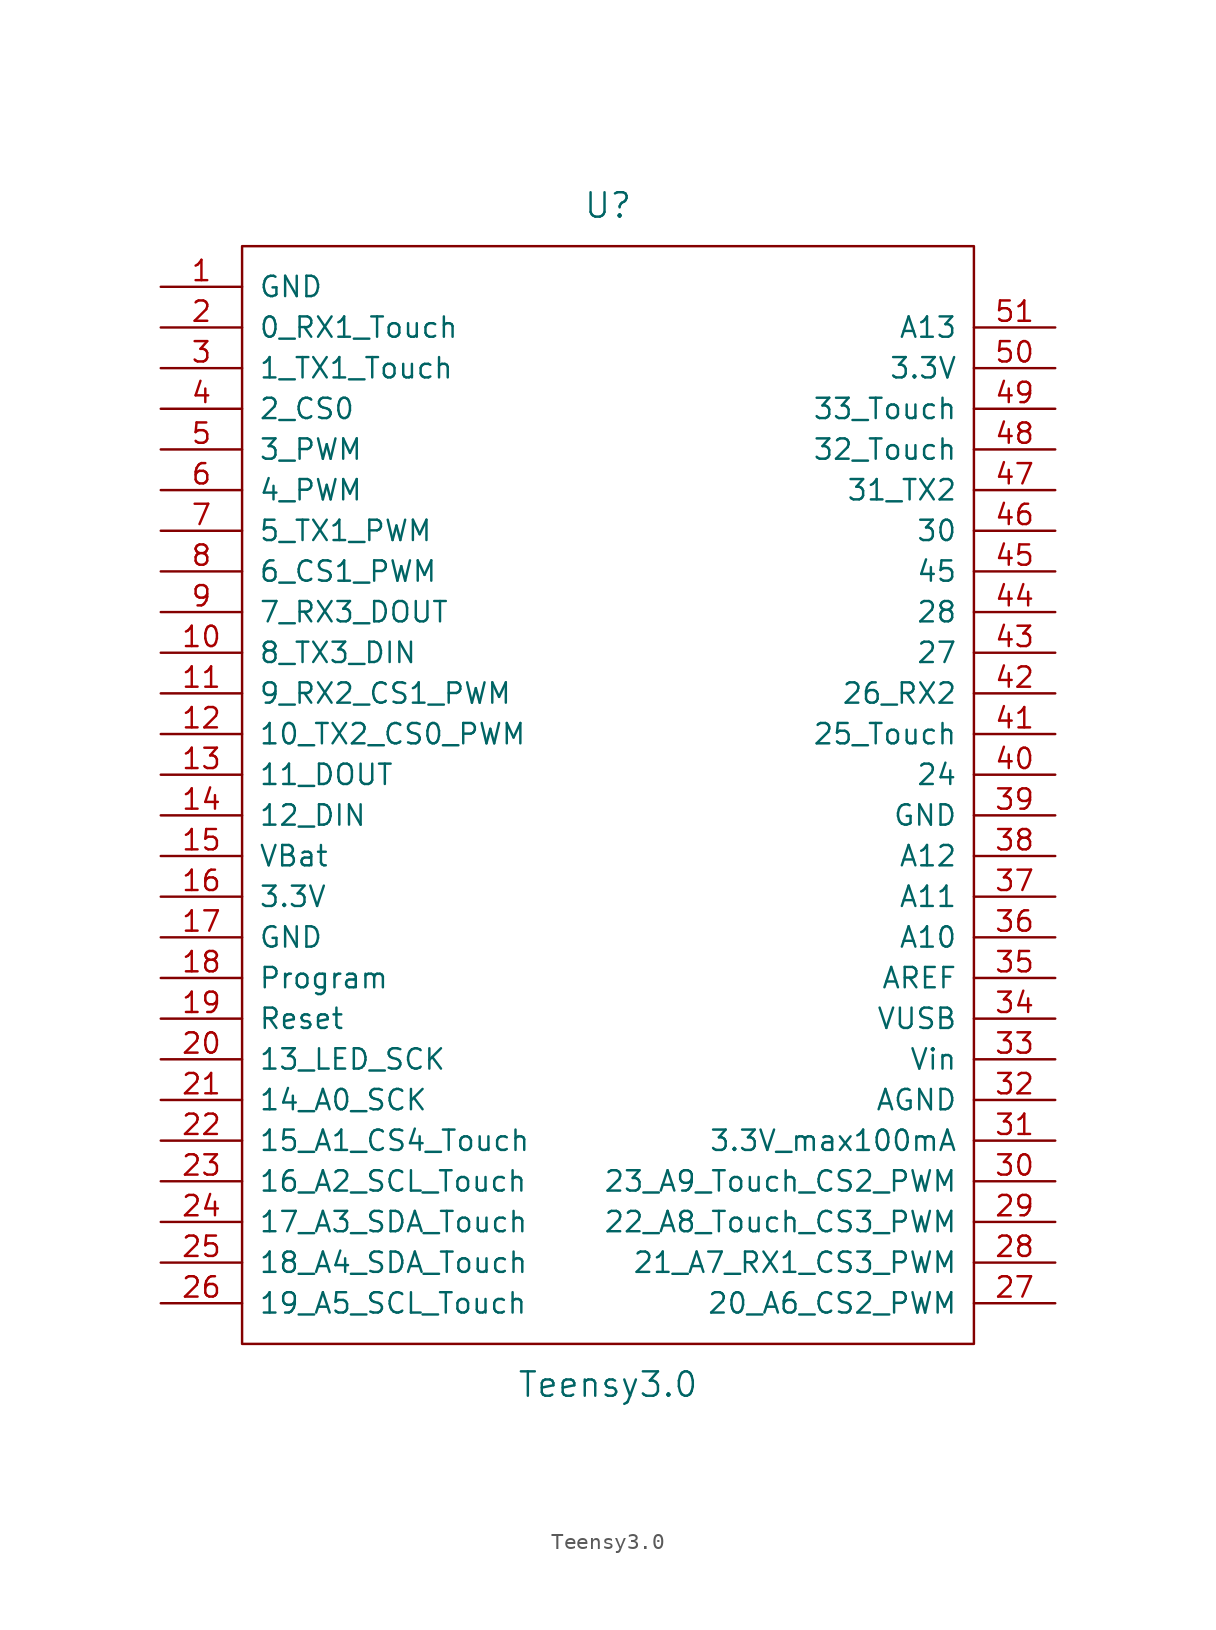
<source format=kicad_sym>
(kicad_symbol_lib
  (version 20211014)
  (generator kicad_symbol_editor)
  (symbol "Teensy3.0"
    (pin_names
      (offset 1.016))
    (property "Reference" "U"
      (at 0 36.83 0)
      (effects (font (size 1.524 1.524))))
    (property "Value" "Teensy3.0"
      (at 0 -36.83 0)
      (effects (font (size 1.524 1.524))))
    (property "Footprint" ""
      (at 0 -21.59 0)
      (effects (font (size 1.524 1.524))))
    (property "Datasheet" ""
      (at 0 -21.59 0)
      (effects (font (size 1.524 1.524))))
    (symbol "Teensy3.0_0_1"
      (rectangle (start -22.86 34.29) (end 22.86 -34.29) (stroke (width 0) (type default) (color 0 0 0 0)) (fill (type none))))
    (symbol "Teensy3.0_1_1"
      (pin power_in line (at -27.94 31.75 0) (length 5.08) (name "GND" (effects (font (size 1.27 1.27)))) (number "1" (effects (font (size 1.27 1.27)))))
      (pin bidirectional line (at -27.94 8.89 0) (length 5.08) (name "8_TX3_DIN" (effects (font (size 1.27 1.27)))) (number "10" (effects (font (size 1.27 1.27)))))
      (pin bidirectional line (at -27.94 6.35 0) (length 5.08) (name "9_RX2_CS1_PWM" (effects (font (size 1.27 1.27)))) (number "11" (effects (font (size 1.27 1.27)))))
      (pin bidirectional line (at -27.94 3.81 0) (length 5.08) (name "10_TX2_CS0_PWM" (effects (font (size 1.27 1.27)))) (number "12" (effects (font (size 1.27 1.27)))))
      (pin bidirectional line (at -27.94 1.27 0) (length 5.08) (name "11_DOUT" (effects (font (size 1.27 1.27)))) (number "13" (effects (font (size 1.27 1.27)))))
      (pin bidirectional line (at -27.94 -1.27 0) (length 5.08) (name "12_DIN" (effects (font (size 1.27 1.27)))) (number "14" (effects (font (size 1.27 1.27)))))
      (pin power_in line (at -27.94 -3.81 0) (length 5.08) (name "VBat" (effects (font (size 1.27 1.27)))) (number "15" (effects (font (size 1.27 1.27)))))
      (pin power_in line (at -27.94 -6.35 0) (length 5.08) (name "3.3V" (effects (font (size 1.27 1.27)))) (number "16" (effects (font (size 1.27 1.27)))))
      (pin power_in line (at -27.94 -8.89 0) (length 5.08) (name "GND" (effects (font (size 1.27 1.27)))) (number "17" (effects (font (size 1.27 1.27)))))
      (pin input line (at -27.94 -11.43 0) (length 5.08) (name "Program" (effects (font (size 1.27 1.27)))) (number "18" (effects (font (size 1.27 1.27)))))
      (pin input line (at -27.94 -13.97 0) (length 5.08) (name "Reset" (effects (font (size 1.27 1.27)))) (number "19" (effects (font (size 1.27 1.27)))))
      (pin bidirectional line (at -27.94 29.21 0) (length 5.08) (name "0_RX1_Touch" (effects (font (size 1.27 1.27)))) (number "2" (effects (font (size 1.27 1.27)))))
      (pin bidirectional line (at -27.94 -16.51 0) (length 5.08) (name "13_LED_SCK" (effects (font (size 1.27 1.27)))) (number "20" (effects (font (size 1.27 1.27)))))
      (pin bidirectional line (at -27.94 -19.05 0) (length 5.08) (name "14_A0_SCK" (effects (font (size 1.27 1.27)))) (number "21" (effects (font (size 1.27 1.27)))))
      (pin bidirectional line (at -27.94 -21.59 0) (length 5.08) (name "15_A1_CS4_Touch" (effects (font (size 1.27 1.27)))) (number "22" (effects (font (size 1.27 1.27)))))
      (pin bidirectional line (at -27.94 -24.13 0) (length 5.08) (name "16_A2_SCL_Touch" (effects (font (size 1.27 1.27)))) (number "23" (effects (font (size 1.27 1.27)))))
      (pin bidirectional line (at -27.94 -26.67 0) (length 5.08) (name "17_A3_SDA_Touch" (effects (font (size 1.27 1.27)))) (number "24" (effects (font (size 1.27 1.27)))))
      (pin bidirectional line (at -27.94 -29.21 0) (length 5.08) (name "18_A4_SDA_Touch" (effects (font (size 1.27 1.27)))) (number "25" (effects (font (size 1.27 1.27)))))
      (pin bidirectional line (at -27.94 -31.75 0) (length 5.08) (name "19_A5_SCL_Touch" (effects (font (size 1.27 1.27)))) (number "26" (effects (font (size 1.27 1.27)))))
      (pin bidirectional line (at 27.94 -31.75 180) (length 5.08) (name "20_A6_CS2_PWM" (effects (font (size 1.27 1.27)))) (number "27" (effects (font (size 1.27 1.27)))))
      (pin bidirectional line (at 27.94 -29.21 180) (length 5.08) (name "21_A7_RX1_CS3_PWM" (effects (font (size 1.27 1.27)))) (number "28" (effects (font (size 1.27 1.27)))))
      (pin bidirectional line (at 27.94 -26.67 180) (length 5.08) (name "22_A8_Touch_CS3_PWM" (effects (font (size 1.27 1.27)))) (number "29" (effects (font (size 1.27 1.27)))))
      (pin bidirectional line (at -27.94 26.67 0) (length 5.08) (name "1_TX1_Touch" (effects (font (size 1.27 1.27)))) (number "3" (effects (font (size 1.27 1.27)))))
      (pin bidirectional line (at 27.94 -24.13 180) (length 5.08) (name "23_A9_Touch_CS2_PWM" (effects (font (size 1.27 1.27)))) (number "30" (effects (font (size 1.27 1.27)))))
      (pin power_out line (at 27.94 -21.59 180) (length 5.08) (name "3.3V_max100mA" (effects (font (size 1.27 1.27)))) (number "31" (effects (font (size 1.27 1.27)))))
      (pin power_in line (at 27.94 -19.05 180) (length 5.08) (name "AGND" (effects (font (size 1.27 1.27)))) (number "32" (effects (font (size 1.27 1.27)))))
      (pin power_in line (at 27.94 -16.51 180) (length 5.08) (name "Vin" (effects (font (size 1.27 1.27)))) (number "33" (effects (font (size 1.27 1.27)))))
      (pin power_in line (at 27.94 -13.97 180) (length 5.08) (name "VUSB" (effects (font (size 1.27 1.27)))) (number "34" (effects (font (size 1.27 1.27)))))
      (pin input line (at 27.94 -11.43 180) (length 5.08) (name "AREF" (effects (font (size 1.27 1.27)))) (number "35" (effects (font (size 1.27 1.27)))))
      (pin bidirectional line (at 27.94 -8.89 180) (length 5.08) (name "A10" (effects (font (size 1.27 1.27)))) (number "36" (effects (font (size 1.27 1.27)))))
      (pin bidirectional line (at 27.94 -6.35 180) (length 5.08) (name "A11" (effects (font (size 1.27 1.27)))) (number "37" (effects (font (size 1.27 1.27)))))
      (pin bidirectional line (at 27.94 -3.81 180) (length 5.08) (name "A12" (effects (font (size 1.27 1.27)))) (number "38" (effects (font (size 1.27 1.27)))))
      (pin power_in line (at 27.94 -1.27 180) (length 5.08) (name "GND" (effects (font (size 1.27 1.27)))) (number "39" (effects (font (size 1.27 1.27)))))
      (pin bidirectional line (at -27.94 24.13 0) (length 5.08) (name "2_CS0" (effects (font (size 1.27 1.27)))) (number "4" (effects (font (size 1.27 1.27)))))
      (pin bidirectional line (at 27.94 1.27 180) (length 5.08) (name "24" (effects (font (size 1.27 1.27)))) (number "40" (effects (font (size 1.27 1.27)))))
      (pin bidirectional line (at 27.94 3.81 180) (length 5.08) (name "25_Touch" (effects (font (size 1.27 1.27)))) (number "41" (effects (font (size 1.27 1.27)))))
      (pin bidirectional line (at 27.94 6.35 180) (length 5.08) (name "26_RX2" (effects (font (size 1.27 1.27)))) (number "42" (effects (font (size 1.27 1.27)))))
      (pin bidirectional line (at 27.94 8.89 180) (length 5.08) (name "27" (effects (font (size 1.27 1.27)))) (number "43" (effects (font (size 1.27 1.27)))))
      (pin bidirectional line (at 27.94 11.43 180) (length 5.08) (name "28" (effects (font (size 1.27 1.27)))) (number "44" (effects (font (size 1.27 1.27)))))
      (pin bidirectional line (at 27.94 13.97 180) (length 5.08) (name "45" (effects (font (size 1.27 1.27)))) (number "45" (effects (font (size 1.27 1.27)))))
      (pin bidirectional line (at 27.94 16.51 180) (length 5.08) (name "30" (effects (font (size 1.27 1.27)))) (number "46" (effects (font (size 1.27 1.27)))))
      (pin bidirectional line (at 27.94 19.05 180) (length 5.08) (name "31_TX2" (effects (font (size 1.27 1.27)))) (number "47" (effects (font (size 1.27 1.27)))))
      (pin bidirectional line (at 27.94 21.59 180) (length 5.08) (name "32_Touch" (effects (font (size 1.27 1.27)))) (number "48" (effects (font (size 1.27 1.27)))))
      (pin bidirectional line (at 27.94 24.13 180) (length 5.08) (name "33_Touch" (effects (font (size 1.27 1.27)))) (number "49" (effects (font (size 1.27 1.27)))))
      (pin bidirectional line (at -27.94 21.59 0) (length 5.08) (name "3_PWM" (effects (font (size 1.27 1.27)))) (number "5" (effects (font (size 1.27 1.27)))))
      (pin power_in line (at 27.94 26.67 180) (length 5.08) (name "3.3V" (effects (font (size 1.27 1.27)))) (number "50" (effects (font (size 1.27 1.27)))))
      (pin bidirectional line (at 27.94 29.21 180) (length 5.08) (name "A13" (effects (font (size 1.27 1.27)))) (number "51" (effects (font (size 1.27 1.27)))))
      (pin bidirectional line (at -27.94 19.05 0) (length 5.08) (name "4_PWM" (effects (font (size 1.27 1.27)))) (number "6" (effects (font (size 1.27 1.27)))))
      (pin bidirectional line (at -27.94 16.51 0) (length 5.08) (name "5_TX1_PWM" (effects (font (size 1.27 1.27)))) (number "7" (effects (font (size 1.27 1.27)))))
      (pin bidirectional line (at -27.94 13.97 0) (length 5.08) (name "6_CS1_PWM" (effects (font (size 1.27 1.27)))) (number "8" (effects (font (size 1.27 1.27)))))
      (pin bidirectional line (at -27.94 11.43 0) (length 5.08) (name "7_RX3_DOUT" (effects (font (size 1.27 1.27)))) (number "9" (effects (font (size 1.27 1.27))))))))
</source>
